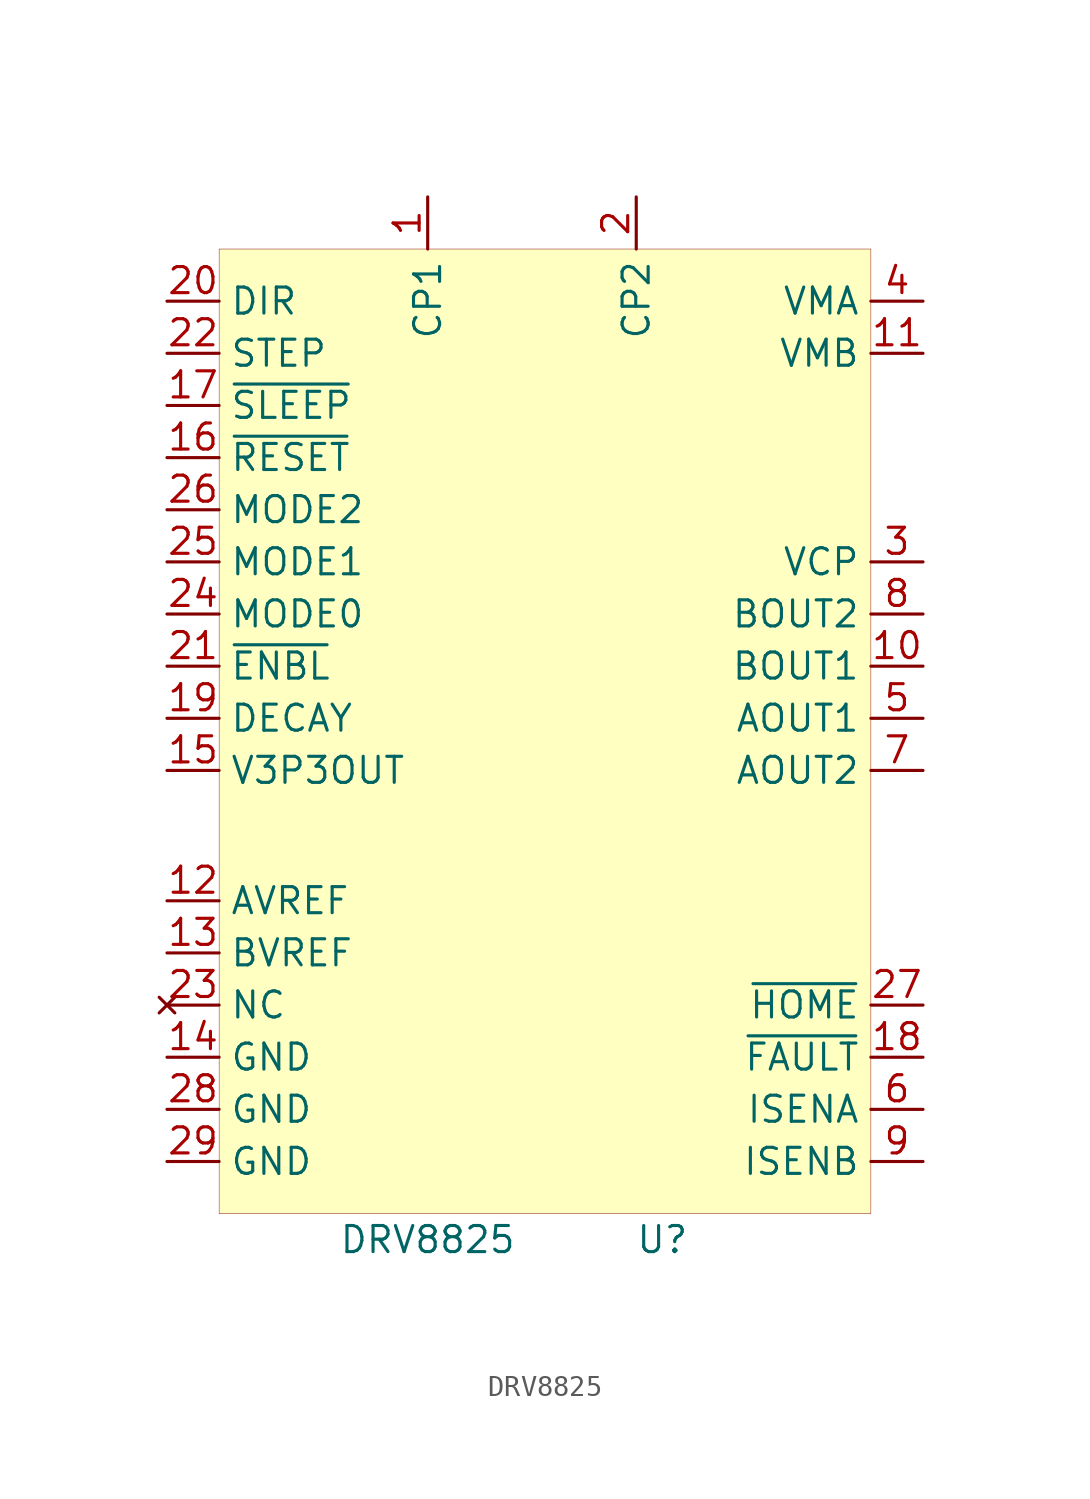
<source format=kicad_sym>
(kicad_symbol_lib
  (version 20211014)
  (generator kicad_symbol_editor)
  (symbol "DRV8825"
    (property "Reference" "U"
      (at 11.43 -53.34 0)
      (effects (font (size 1.27 1.27))))
    (property "Value" "DRV8825"
      (at 0 -53.34 0)
      (effects (font (size 1.27 1.27))))
    (symbol "DRV8825_0_1"
      (rectangle (start -10.16 -5.08) (end 21.59 -52.07) (stroke (width 0.001) (type default) (color 0 0 0 0)) (fill (type background))))
    (symbol "DRV8825_1_1"
      (pin power_in line (at 0 -2.54 270) (length 2.54) (name "CP1" (effects (font (size 1.27 1.27)))) (number "1" (effects (font (size 1.27 1.27)))))
      (pin power_out line (at 24.13 -25.4 180) (length 2.54) (name "BOUT1" (effects (font (size 1.27 1.27)))) (number "10" (effects (font (size 1.27 1.27)))))
      (pin power_in line (at 24.13 -10.16 180) (length 2.54) (name "VMB" (effects (font (size 1.27 1.27)))) (number "11" (effects (font (size 1.27 1.27)))))
      (pin input line (at -12.7 -36.83 0) (length 2.54) (name "AVREF" (effects (font (size 1.27 1.27)))) (number "12" (effects (font (size 1.27 1.27)))))
      (pin input line (at -12.7 -39.37 0) (length 2.54) (name "BVREF" (effects (font (size 1.27 1.27)))) (number "13" (effects (font (size 1.27 1.27)))))
      (pin power_in line (at -12.7 -44.45 0) (length 2.54) (name "GND" (effects (font (size 1.27 1.27)))) (number "14" (effects (font (size 1.27 1.27)))))
      (pin power_out line (at -12.7 -30.48 0) (length 2.54) (name "V3P3OUT" (effects (font (size 1.27 1.27)))) (number "15" (effects (font (size 1.27 1.27)))))
      (pin input line (at -12.7 -15.24 0) (length 2.54) (name "~{RESET}" (effects (font (size 1.27 1.27)))) (number "16" (effects (font (size 1.27 1.27)))))
      (pin input line (at -12.7 -12.7 0) (length 2.54) (name "~{SLEEP}" (effects (font (size 1.27 1.27)))) (number "17" (effects (font (size 1.27 1.27)))))
      (pin output line (at 24.13 -44.45 180) (length 2.54) (name "~{FAULT}" (effects (font (size 1.27 1.27)))) (number "18" (effects (font (size 1.27 1.27)))))
      (pin input line (at -12.7 -27.94 0) (length 2.54) (name "DECAY" (effects (font (size 1.27 1.27)))) (number "19" (effects (font (size 1.27 1.27)))))
      (pin power_in line (at 10.16 -2.54 270) (length 2.54) (name "CP2" (effects (font (size 1.27 1.27)))) (number "2" (effects (font (size 1.27 1.27)))))
      (pin input line (at -12.7 -7.62 0) (length 2.54) (name "DIR" (effects (font (size 1.27 1.27)))) (number "20" (effects (font (size 1.27 1.27)))))
      (pin input line (at -12.7 -25.4 0) (length 2.54) (name "~{ENBL}" (effects (font (size 1.27 1.27)))) (number "21" (effects (font (size 1.27 1.27)))))
      (pin input line (at -12.7 -10.16 0) (length 2.54) (name "STEP" (effects (font (size 1.27 1.27)))) (number "22" (effects (font (size 1.27 1.27)))))
      (pin no_connect line (at -12.7 -41.91 0) (length 2.54) (name "NC" (effects (font (size 1.27 1.27)))) (number "23" (effects (font (size 1.27 1.27)))))
      (pin input line (at -12.7 -22.86 0) (length 2.54) (name "MODE0" (effects (font (size 1.27 1.27)))) (number "24" (effects (font (size 1.27 1.27)))))
      (pin input line (at -12.7 -20.32 0) (length 2.54) (name "MODE1" (effects (font (size 1.27 1.27)))) (number "25" (effects (font (size 1.27 1.27)))))
      (pin input line (at -12.7 -17.78 0) (length 2.54) (name "MODE2" (effects (font (size 1.27 1.27)))) (number "26" (effects (font (size 1.27 1.27)))))
      (pin output line (at 24.13 -41.91 180) (length 2.54) (name "~{HOME}" (effects (font (size 1.27 1.27)))) (number "27" (effects (font (size 1.27 1.27)))))
      (pin power_in line (at -12.7 -46.99 0) (length 2.54) (name "GND" (effects (font (size 1.27 1.27)))) (number "28" (effects (font (size 1.27 1.27)))))
      (pin power_in line (at -12.7 -49.53 0) (length 2.54) (name "GND" (effects (font (size 1.27 1.27)))) (number "29" (effects (font (size 1.27 1.27)))))
      (pin power_in line (at 24.13 -20.32 180) (length 2.54) (name "VCP" (effects (font (size 1.27 1.27)))) (number "3" (effects (font (size 1.27 1.27)))))
      (pin power_in line (at 24.13 -7.62 180) (length 2.54) (name "VMA" (effects (font (size 1.27 1.27)))) (number "4" (effects (font (size 1.27 1.27)))))
      (pin power_out line (at 24.13 -27.94 180) (length 2.54) (name "AOUT1" (effects (font (size 1.27 1.27)))) (number "5" (effects (font (size 1.27 1.27)))))
      (pin power_out line (at 24.13 -46.99 180) (length 2.54) (name "ISENA" (effects (font (size 1.27 1.27)))) (number "6" (effects (font (size 1.27 1.27)))))
      (pin power_out line (at 24.13 -30.48 180) (length 2.54) (name "AOUT2" (effects (font (size 1.27 1.27)))) (number "7" (effects (font (size 1.27 1.27)))))
      (pin power_out line (at 24.13 -22.86 180) (length 2.54) (name "BOUT2" (effects (font (size 1.27 1.27)))) (number "8" (effects (font (size 1.27 1.27)))))
      (pin power_out line (at 24.13 -49.53 180) (length 2.54) (name "ISENB" (effects (font (size 1.27 1.27)))) (number "9" (effects (font (size 1.27 1.27))))))))
</source>
